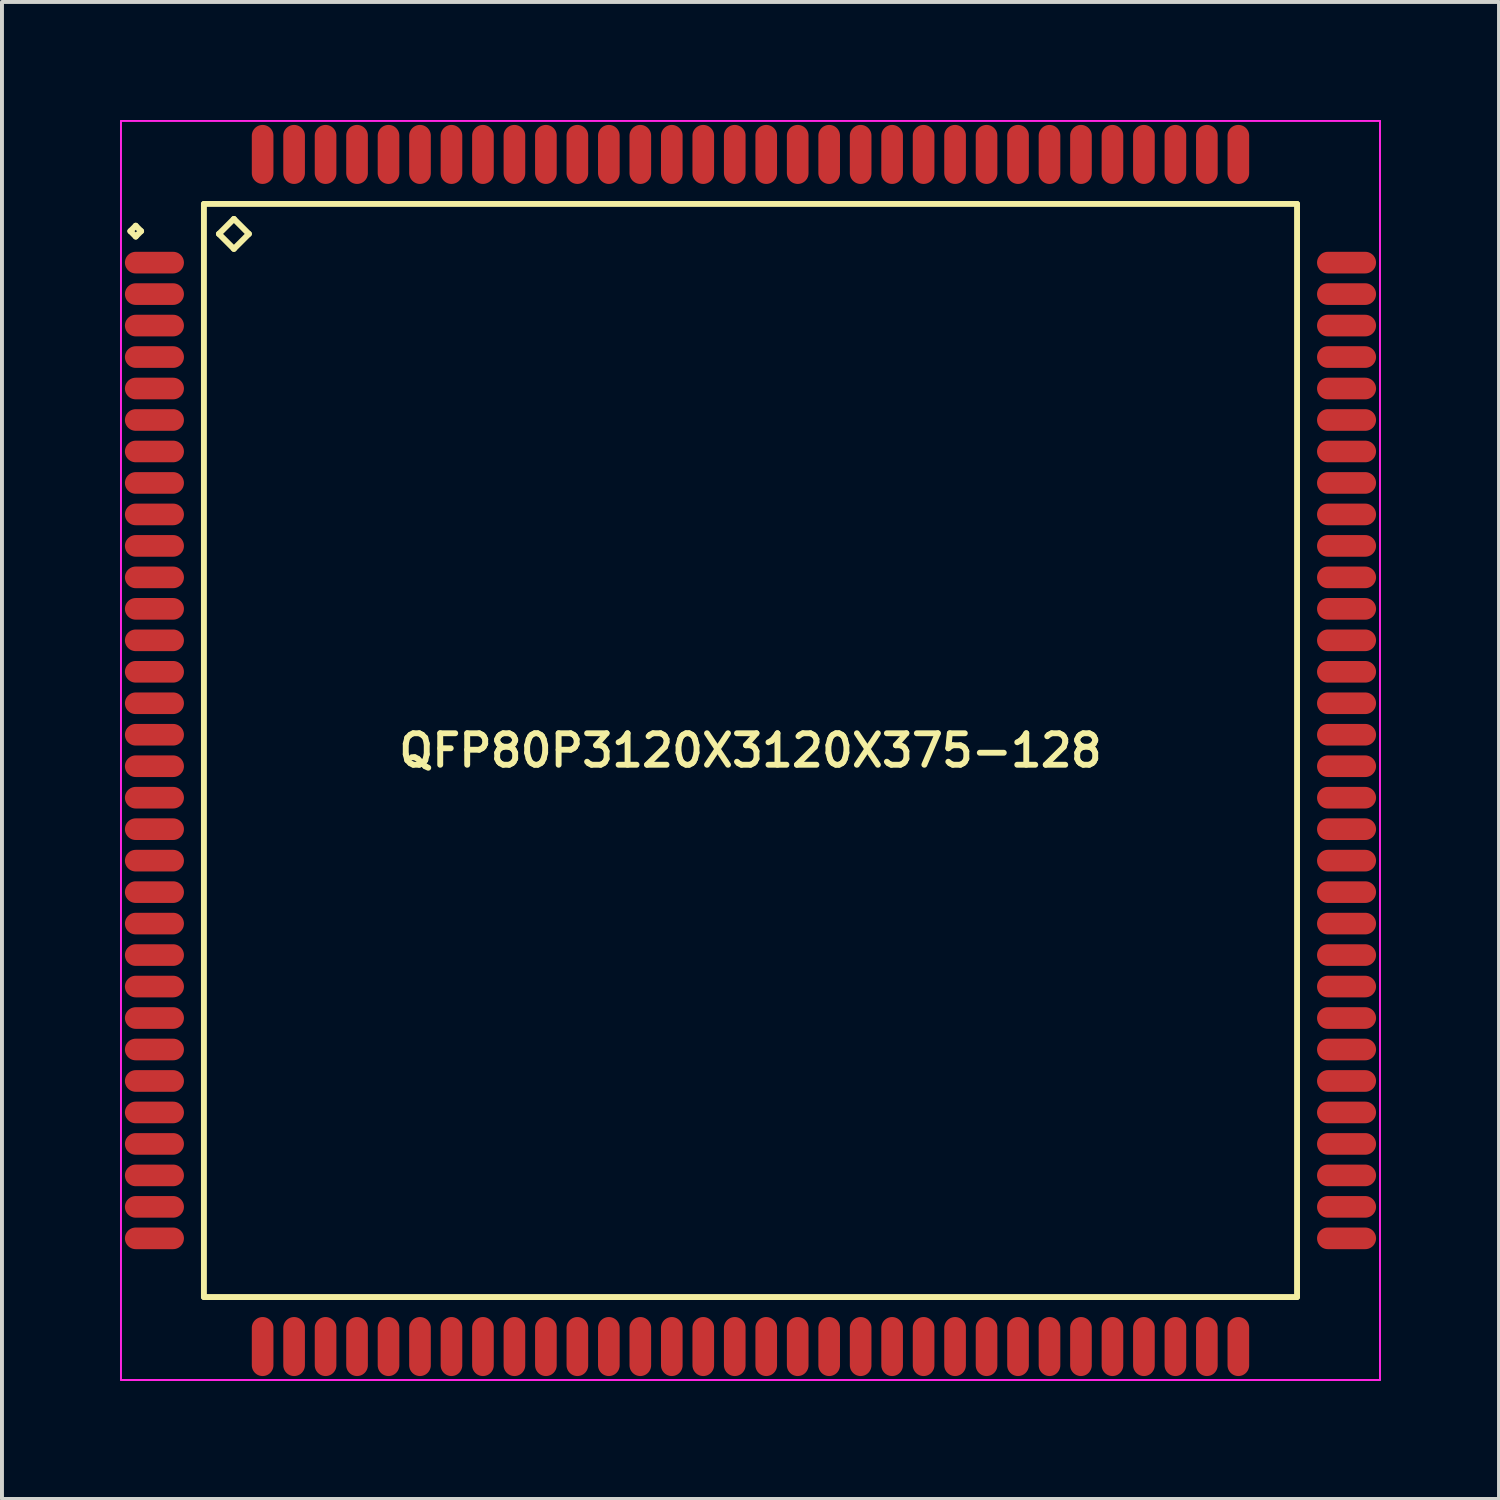
<source format=kicad_pcb>
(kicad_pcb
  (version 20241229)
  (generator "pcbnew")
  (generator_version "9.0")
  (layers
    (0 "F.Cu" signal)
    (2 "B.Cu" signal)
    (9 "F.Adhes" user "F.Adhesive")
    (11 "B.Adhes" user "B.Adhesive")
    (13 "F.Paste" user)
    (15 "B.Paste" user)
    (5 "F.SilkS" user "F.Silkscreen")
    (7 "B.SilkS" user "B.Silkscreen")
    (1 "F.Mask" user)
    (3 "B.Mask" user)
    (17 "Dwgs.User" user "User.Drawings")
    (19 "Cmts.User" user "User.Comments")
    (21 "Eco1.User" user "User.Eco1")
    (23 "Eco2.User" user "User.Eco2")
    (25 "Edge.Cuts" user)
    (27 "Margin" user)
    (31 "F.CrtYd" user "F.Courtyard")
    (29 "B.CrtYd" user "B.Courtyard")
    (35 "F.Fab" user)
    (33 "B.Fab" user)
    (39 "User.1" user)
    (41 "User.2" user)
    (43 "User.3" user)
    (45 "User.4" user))
  (footprint "QFP80P3120X3120X375-128"
    (layer "F.Cu")
    (at 16.025 16.025)
    (property "Reference" "QFP80P3120X3120X375-128" (at 0 0 0) (layer "F.SilkS") (effects (font (size 0.8 0.8) (thickness 0.15))))
    (attr smd)
    (fp_line (start -15.762 -13.2) (end -15.625 -13.338) (stroke (width 0.15) (type solid)) (layer "F.SilkS"))
    (fp_line (start -15.625 -13.338) (end -15.488 -13.2) (stroke (width 0.15) (type solid)) (layer "F.SilkS"))
    (fp_line (start -15.625 -13.062) (end -15.762 -13.2) (stroke (width 0.15) (type solid)) (layer "F.SilkS"))
    (fp_line (start -15.488 -13.2) (end -15.625 -13.062) (stroke (width 0.15) (type solid)) (layer "F.SilkS"))
    (fp_line (start -13.892 -13.892) (end -13.892 13.892) (stroke (width 0.15) (type solid)) (layer "F.SilkS"))
    (fp_line (start -13.892 13.892) (end 13.892 13.892) (stroke (width 0.15) (type solid)) (layer "F.SilkS"))
    (fp_line (start -13.511 -13.13) (end -13.13 -13.511) (stroke (width 0.15) (type solid)) (layer "F.SilkS"))
    (fp_line (start -13.13 -13.511) (end -12.749 -13.13) (stroke (width 0.15) (type solid)) (layer "F.SilkS"))
    (fp_line (start -13.13 -12.749) (end -13.511 -13.13) (stroke (width 0.15) (type solid)) (layer "F.SilkS"))
    (fp_line (start -12.749 -13.13) (end -13.13 -12.749) (stroke (width 0.15) (type solid)) (layer "F.SilkS"))
    (fp_line (start 13.892 -13.892) (end -13.892 -13.892) (stroke (width 0.15) (type solid)) (layer "F.SilkS"))
    (fp_line (start 13.892 13.892) (end 13.892 -13.892) (stroke (width 0.15) (type solid)) (layer "F.SilkS"))
    (fp_line (start -16 -16) (end 16 -16) (stroke (width 0.05) (type solid)) (layer "F.CrtYd"))
    (fp_line (start -16 16) (end -16 -16) (stroke (width 0.05) (type solid)) (layer "F.CrtYd"))
    (fp_line (start 16 -16) (end 16 16) (stroke (width 0.05) (type solid)) (layer "F.CrtYd"))
    (fp_line (start 16 16) (end -16 16) (stroke (width 0.05) (type solid)) (layer "F.CrtYd"))
    (pad "1" smd oval (at -15.15 -12.4) (size 1.5 0.55) (layers "F.Cu" "F.Mask" "F.Paste"))
    (pad "2" smd oval (at -15.15 -11.6) (size 1.5 0.55) (layers "F.Cu" "F.Mask" "F.Paste"))
    (pad "3" smd oval (at -15.15 -10.8) (size 1.5 0.55) (layers "F.Cu" "F.Mask" "F.Paste"))
    (pad "4" smd oval (at -15.15 -10) (size 1.5 0.55) (layers "F.Cu" "F.Mask" "F.Paste"))
    (pad "5" smd oval (at -15.15 -9.2) (size 1.5 0.55) (layers "F.Cu" "F.Mask" "F.Paste"))
    (pad "6" smd oval (at -15.15 -8.4) (size 1.5 0.55) (layers "F.Cu" "F.Mask" "F.Paste"))
    (pad "7" smd oval (at -15.15 -7.6) (size 1.5 0.55) (layers "F.Cu" "F.Mask" "F.Paste"))
    (pad "8" smd oval (at -15.15 -6.8) (size 1.5 0.55) (layers "F.Cu" "F.Mask" "F.Paste"))
    (pad "9" smd oval (at -15.15 -6) (size 1.5 0.55) (layers "F.Cu" "F.Mask" "F.Paste"))
    (pad "10" smd oval (at -15.15 -5.2) (size 1.5 0.55) (layers "F.Cu" "F.Mask" "F.Paste"))
    (pad "11" smd oval (at -15.15 -4.4) (size 1.5 0.55) (layers "F.Cu" "F.Mask" "F.Paste"))
    (pad "12" smd oval (at -15.15 -3.6) (size 1.5 0.55) (layers "F.Cu" "F.Mask" "F.Paste"))
    (pad "13" smd oval (at -15.15 -2.8) (size 1.5 0.55) (layers "F.Cu" "F.Mask" "F.Paste"))
    (pad "14" smd oval (at -15.15 -2) (size 1.5 0.55) (layers "F.Cu" "F.Mask" "F.Paste"))
    (pad "15" smd oval (at -15.15 -1.2) (size 1.5 0.55) (layers "F.Cu" "F.Mask" "F.Paste"))
    (pad "16" smd oval (at -15.15 -0.4) (size 1.5 0.55) (layers "F.Cu" "F.Mask" "F.Paste"))
    (pad "17" smd oval (at -15.15 0.4) (size 1.5 0.55) (layers "F.Cu" "F.Mask" "F.Paste"))
    (pad "18" smd oval (at -15.15 1.2) (size 1.5 0.55) (layers "F.Cu" "F.Mask" "F.Paste"))
    (pad "19" smd oval (at -15.15 2) (size 1.5 0.55) (layers "F.Cu" "F.Mask" "F.Paste"))
    (pad "20" smd oval (at -15.15 2.8) (size 1.5 0.55) (layers "F.Cu" "F.Mask" "F.Paste"))
    (pad "21" smd oval (at -15.15 3.6) (size 1.5 0.55) (layers "F.Cu" "F.Mask" "F.Paste"))
    (pad "22" smd oval (at -15.15 4.4) (size 1.5 0.55) (layers "F.Cu" "F.Mask" "F.Paste"))
    (pad "23" smd oval (at -15.15 5.2) (size 1.5 0.55) (layers "F.Cu" "F.Mask" "F.Paste"))
    (pad "24" smd oval (at -15.15 6) (size 1.5 0.55) (layers "F.Cu" "F.Mask" "F.Paste"))
    (pad "25" smd oval (at -15.15 6.8) (size 1.5 0.55) (layers "F.Cu" "F.Mask" "F.Paste"))
    (pad "26" smd oval (at -15.15 7.6) (size 1.5 0.55) (layers "F.Cu" "F.Mask" "F.Paste"))
    (pad "27" smd oval (at -15.15 8.4) (size 1.5 0.55) (layers "F.Cu" "F.Mask" "F.Paste"))
    (pad "28" smd oval (at -15.15 9.2) (size 1.5 0.55) (layers "F.Cu" "F.Mask" "F.Paste"))
    (pad "29" smd oval (at -15.15 10) (size 1.5 0.55) (layers "F.Cu" "F.Mask" "F.Paste"))
    (pad "30" smd oval (at -15.15 10.8) (size 1.5 0.55) (layers "F.Cu" "F.Mask" "F.Paste"))
    (pad "31" smd oval (at -15.15 11.6) (size 1.5 0.55) (layers "F.Cu" "F.Mask" "F.Paste"))
    (pad "32" smd oval (at -15.15 12.4) (size 1.5 0.55) (layers "F.Cu" "F.Mask" "F.Paste"))
    (pad "33" smd oval (at -12.4 15.15) (size 0.55 1.5) (layers "F.Cu" "F.Mask" "F.Paste"))
    (pad "34" smd oval (at -11.6 15.15) (size 0.55 1.5) (layers "F.Cu" "F.Mask" "F.Paste"))
    (pad "35" smd oval (at -10.8 15.15) (size 0.55 1.5) (layers "F.Cu" "F.Mask" "F.Paste"))
    (pad "36" smd oval (at -10 15.15) (size 0.55 1.5) (layers "F.Cu" "F.Mask" "F.Paste"))
    (pad "37" smd oval (at -9.2 15.15) (size 0.55 1.5) (layers "F.Cu" "F.Mask" "F.Paste"))
    (pad "38" smd oval (at -8.4 15.15) (size 0.55 1.5) (layers "F.Cu" "F.Mask" "F.Paste"))
    (pad "39" smd oval (at -7.6 15.15) (size 0.55 1.5) (layers "F.Cu" "F.Mask" "F.Paste"))
    (pad "40" smd oval (at -6.8 15.15) (size 0.55 1.5) (layers "F.Cu" "F.Mask" "F.Paste"))
    (pad "41" smd oval (at -6 15.15) (size 0.55 1.5) (layers "F.Cu" "F.Mask" "F.Paste"))
    (pad "42" smd oval (at -5.2 15.15) (size 0.55 1.5) (layers "F.Cu" "F.Mask" "F.Paste"))
    (pad "43" smd oval (at -4.4 15.15) (size 0.55 1.5) (layers "F.Cu" "F.Mask" "F.Paste"))
    (pad "44" smd oval (at -3.6 15.15) (size 0.55 1.5) (layers "F.Cu" "F.Mask" "F.Paste"))
    (pad "45" smd oval (at -2.8 15.15) (size 0.55 1.5) (layers "F.Cu" "F.Mask" "F.Paste"))
    (pad "46" smd oval (at -2 15.15) (size 0.55 1.5) (layers "F.Cu" "F.Mask" "F.Paste"))
    (pad "47" smd oval (at -1.2 15.15) (size 0.55 1.5) (layers "F.Cu" "F.Mask" "F.Paste"))
    (pad "48" smd oval (at -0.4 15.15) (size 0.55 1.5) (layers "F.Cu" "F.Mask" "F.Paste"))
    (pad "49" smd oval (at 0.4 15.15) (size 0.55 1.5) (layers "F.Cu" "F.Mask" "F.Paste"))
    (pad "50" smd oval (at 1.2 15.15) (size 0.55 1.5) (layers "F.Cu" "F.Mask" "F.Paste"))
    (pad "51" smd oval (at 2 15.15) (size 0.55 1.5) (layers "F.Cu" "F.Mask" "F.Paste"))
    (pad "52" smd oval (at 2.8 15.15) (size 0.55 1.5) (layers "F.Cu" "F.Mask" "F.Paste"))
    (pad "53" smd oval (at 3.6 15.15) (size 0.55 1.5) (layers "F.Cu" "F.Mask" "F.Paste"))
    (pad "54" smd oval (at 4.4 15.15) (size 0.55 1.5) (layers "F.Cu" "F.Mask" "F.Paste"))
    (pad "55" smd oval (at 5.2 15.15) (size 0.55 1.5) (layers "F.Cu" "F.Mask" "F.Paste"))
    (pad "56" smd oval (at 6 15.15) (size 0.55 1.5) (layers "F.Cu" "F.Mask" "F.Paste"))
    (pad "57" smd oval (at 6.8 15.15) (size 0.55 1.5) (layers "F.Cu" "F.Mask" "F.Paste"))
    (pad "58" smd oval (at 7.6 15.15) (size 0.55 1.5) (layers "F.Cu" "F.Mask" "F.Paste"))
    (pad "59" smd oval (at 8.4 15.15) (size 0.55 1.5) (layers "F.Cu" "F.Mask" "F.Paste"))
    (pad "60" smd oval (at 9.2 15.15) (size 0.55 1.5) (layers "F.Cu" "F.Mask" "F.Paste"))
    (pad "61" smd oval (at 10 15.15) (size 0.55 1.5) (layers "F.Cu" "F.Mask" "F.Paste"))
    (pad "62" smd oval (at 10.8 15.15) (size 0.55 1.5) (layers "F.Cu" "F.Mask" "F.Paste"))
    (pad "63" smd oval (at 11.6 15.15) (size 0.55 1.5) (layers "F.Cu" "F.Mask" "F.Paste"))
    (pad "64" smd oval (at 12.4 15.15) (size 0.55 1.5) (layers "F.Cu" "F.Mask" "F.Paste"))
    (pad "65" smd oval (at 15.15 12.4) (size 1.5 0.55) (layers "F.Cu" "F.Mask" "F.Paste"))
    (pad "66" smd oval (at 15.15 11.6) (size 1.5 0.55) (layers "F.Cu" "F.Mask" "F.Paste"))
    (pad "67" smd oval (at 15.15 10.8) (size 1.5 0.55) (layers "F.Cu" "F.Mask" "F.Paste"))
    (pad "68" smd oval (at 15.15 10) (size 1.5 0.55) (layers "F.Cu" "F.Mask" "F.Paste"))
    (pad "69" smd oval (at 15.15 9.2) (size 1.5 0.55) (layers "F.Cu" "F.Mask" "F.Paste"))
    (pad "70" smd oval (at 15.15 8.4) (size 1.5 0.55) (layers "F.Cu" "F.Mask" "F.Paste"))
    (pad "71" smd oval (at 15.15 7.6) (size 1.5 0.55) (layers "F.Cu" "F.Mask" "F.Paste"))
    (pad "72" smd oval (at 15.15 6.8) (size 1.5 0.55) (layers "F.Cu" "F.Mask" "F.Paste"))
    (pad "73" smd oval (at 15.15 6) (size 1.5 0.55) (layers "F.Cu" "F.Mask" "F.Paste"))
    (pad "74" smd oval (at 15.15 5.2) (size 1.5 0.55) (layers "F.Cu" "F.Mask" "F.Paste"))
    (pad "75" smd oval (at 15.15 4.4) (size 1.5 0.55) (layers "F.Cu" "F.Mask" "F.Paste"))
    (pad "76" smd oval (at 15.15 3.6) (size 1.5 0.55) (layers "F.Cu" "F.Mask" "F.Paste"))
    (pad "77" smd oval (at 15.15 2.8) (size 1.5 0.55) (layers "F.Cu" "F.Mask" "F.Paste"))
    (pad "78" smd oval (at 15.15 2) (size 1.5 0.55) (layers "F.Cu" "F.Mask" "F.Paste"))
    (pad "79" smd oval (at 15.15 1.2) (size 1.5 0.55) (layers "F.Cu" "F.Mask" "F.Paste"))
    (pad "80" smd oval (at 15.15 0.4) (size 1.5 0.55) (layers "F.Cu" "F.Mask" "F.Paste"))
    (pad "81" smd oval (at 15.15 -0.4) (size 1.5 0.55) (layers "F.Cu" "F.Mask" "F.Paste"))
    (pad "82" smd oval (at 15.15 -1.2) (size 1.5 0.55) (layers "F.Cu" "F.Mask" "F.Paste"))
    (pad "83" smd oval (at 15.15 -2) (size 1.5 0.55) (layers "F.Cu" "F.Mask" "F.Paste"))
    (pad "84" smd oval (at 15.15 -2.8) (size 1.5 0.55) (layers "F.Cu" "F.Mask" "F.Paste"))
    (pad "85" smd oval (at 15.15 -3.6) (size 1.5 0.55) (layers "F.Cu" "F.Mask" "F.Paste"))
    (pad "86" smd oval (at 15.15 -4.4) (size 1.5 0.55) (layers "F.Cu" "F.Mask" "F.Paste"))
    (pad "87" smd oval (at 15.15 -5.2) (size 1.5 0.55) (layers "F.Cu" "F.Mask" "F.Paste"))
    (pad "88" smd oval (at 15.15 -6) (size 1.5 0.55) (layers "F.Cu" "F.Mask" "F.Paste"))
    (pad "89" smd oval (at 15.15 -6.8) (size 1.5 0.55) (layers "F.Cu" "F.Mask" "F.Paste"))
    (pad "90" smd oval (at 15.15 -7.6) (size 1.5 0.55) (layers "F.Cu" "F.Mask" "F.Paste"))
    (pad "91" smd oval (at 15.15 -8.4) (size 1.5 0.55) (layers "F.Cu" "F.Mask" "F.Paste"))
    (pad "92" smd oval (at 15.15 -9.2) (size 1.5 0.55) (layers "F.Cu" "F.Mask" "F.Paste"))
    (pad "93" smd oval (at 15.15 -10) (size 1.5 0.55) (layers "F.Cu" "F.Mask" "F.Paste"))
    (pad "94" smd oval (at 15.15 -10.8) (size 1.5 0.55) (layers "F.Cu" "F.Mask" "F.Paste"))
    (pad "95" smd oval (at 15.15 -11.6) (size 1.5 0.55) (layers "F.Cu" "F.Mask" "F.Paste"))
    (pad "96" smd oval (at 15.15 -12.4) (size 1.5 0.55) (layers "F.Cu" "F.Mask" "F.Paste"))
    (pad "97" smd oval (at 12.4 -15.15) (size 0.55 1.5) (layers "F.Cu" "F.Mask" "F.Paste"))
    (pad "98" smd oval (at 11.6 -15.15) (size 0.55 1.5) (layers "F.Cu" "F.Mask" "F.Paste"))
    (pad "99" smd oval (at 10.8 -15.15) (size 0.55 1.5) (layers "F.Cu" "F.Mask" "F.Paste"))
    (pad "100" smd oval (at 10 -15.15) (size 0.55 1.5) (layers "F.Cu" "F.Mask" "F.Paste"))
    (pad "101" smd oval (at 9.2 -15.15) (size 0.55 1.5) (layers "F.Cu" "F.Mask" "F.Paste"))
    (pad "102" smd oval (at 8.4 -15.15) (size 0.55 1.5) (layers "F.Cu" "F.Mask" "F.Paste"))
    (pad "103" smd oval (at 7.6 -15.15) (size 0.55 1.5) (layers "F.Cu" "F.Mask" "F.Paste"))
    (pad "104" smd oval (at 6.8 -15.15) (size 0.55 1.5) (layers "F.Cu" "F.Mask" "F.Paste"))
    (pad "105" smd oval (at 6 -15.15) (size 0.55 1.5) (layers "F.Cu" "F.Mask" "F.Paste"))
    (pad "106" smd oval (at 5.2 -15.15) (size 0.55 1.5) (layers "F.Cu" "F.Mask" "F.Paste"))
    (pad "107" smd oval (at 4.4 -15.15) (size 0.55 1.5) (layers "F.Cu" "F.Mask" "F.Paste"))
    (pad "108" smd oval (at 3.6 -15.15) (size 0.55 1.5) (layers "F.Cu" "F.Mask" "F.Paste"))
    (pad "109" smd oval (at 2.8 -15.15) (size 0.55 1.5) (layers "F.Cu" "F.Mask" "F.Paste"))
    (pad "110" smd oval (at 2 -15.15) (size 0.55 1.5) (layers "F.Cu" "F.Mask" "F.Paste"))
    (pad "111" smd oval (at 1.2 -15.15) (size 0.55 1.5) (layers "F.Cu" "F.Mask" "F.Paste"))
    (pad "112" smd oval (at 0.4 -15.15) (size 0.55 1.5) (layers "F.Cu" "F.Mask" "F.Paste"))
    (pad "113" smd oval (at -0.4 -15.15) (size 0.55 1.5) (layers "F.Cu" "F.Mask" "F.Paste"))
    (pad "114" smd oval (at -1.2 -15.15) (size 0.55 1.5) (layers "F.Cu" "F.Mask" "F.Paste"))
    (pad "115" smd oval (at -2 -15.15) (size 0.55 1.5) (layers "F.Cu" "F.Mask" "F.Paste"))
    (pad "116" smd oval (at -2.8 -15.15) (size 0.55 1.5) (layers "F.Cu" "F.Mask" "F.Paste"))
    (pad "117" smd oval (at -3.6 -15.15) (size 0.55 1.5) (layers "F.Cu" "F.Mask" "F.Paste"))
    (pad "118" smd oval (at -4.4 -15.15) (size 0.55 1.5) (layers "F.Cu" "F.Mask" "F.Paste"))
    (pad "119" smd oval (at -5.2 -15.15) (size 0.55 1.5) (layers "F.Cu" "F.Mask" "F.Paste"))
    (pad "120" smd oval (at -6 -15.15) (size 0.55 1.5) (layers "F.Cu" "F.Mask" "F.Paste"))
    (pad "121" smd oval (at -6.8 -15.15) (size 0.55 1.5) (layers "F.Cu" "F.Mask" "F.Paste"))
    (pad "122" smd oval (at -7.6 -15.15) (size 0.55 1.5) (layers "F.Cu" "F.Mask" "F.Paste"))
    (pad "123" smd oval (at -8.4 -15.15) (size 0.55 1.5) (layers "F.Cu" "F.Mask" "F.Paste"))
    (pad "124" smd oval (at -9.2 -15.15) (size 0.55 1.5) (layers "F.Cu" "F.Mask" "F.Paste"))
    (pad "125" smd oval (at -10 -15.15) (size 0.55 1.5) (layers "F.Cu" "F.Mask" "F.Paste"))
    (pad "126" smd oval (at -10.8 -15.15) (size 0.55 1.5) (layers "F.Cu" "F.Mask" "F.Paste"))
    (pad "127" smd oval (at -11.6 -15.15) (size 0.55 1.5) (layers "F.Cu" "F.Mask" "F.Paste"))
    (pad "128" smd oval (at -12.4 -15.15) (size 0.55 1.5) (layers "F.Cu" "F.Mask" "F.Paste")))
  (gr_rect
    (start -3 -3)
    (end 35.05 35.05)
    (stroke (width 0.1) (type default))
    (fill no)
    (layer "Edge.Cuts")))
</source>
